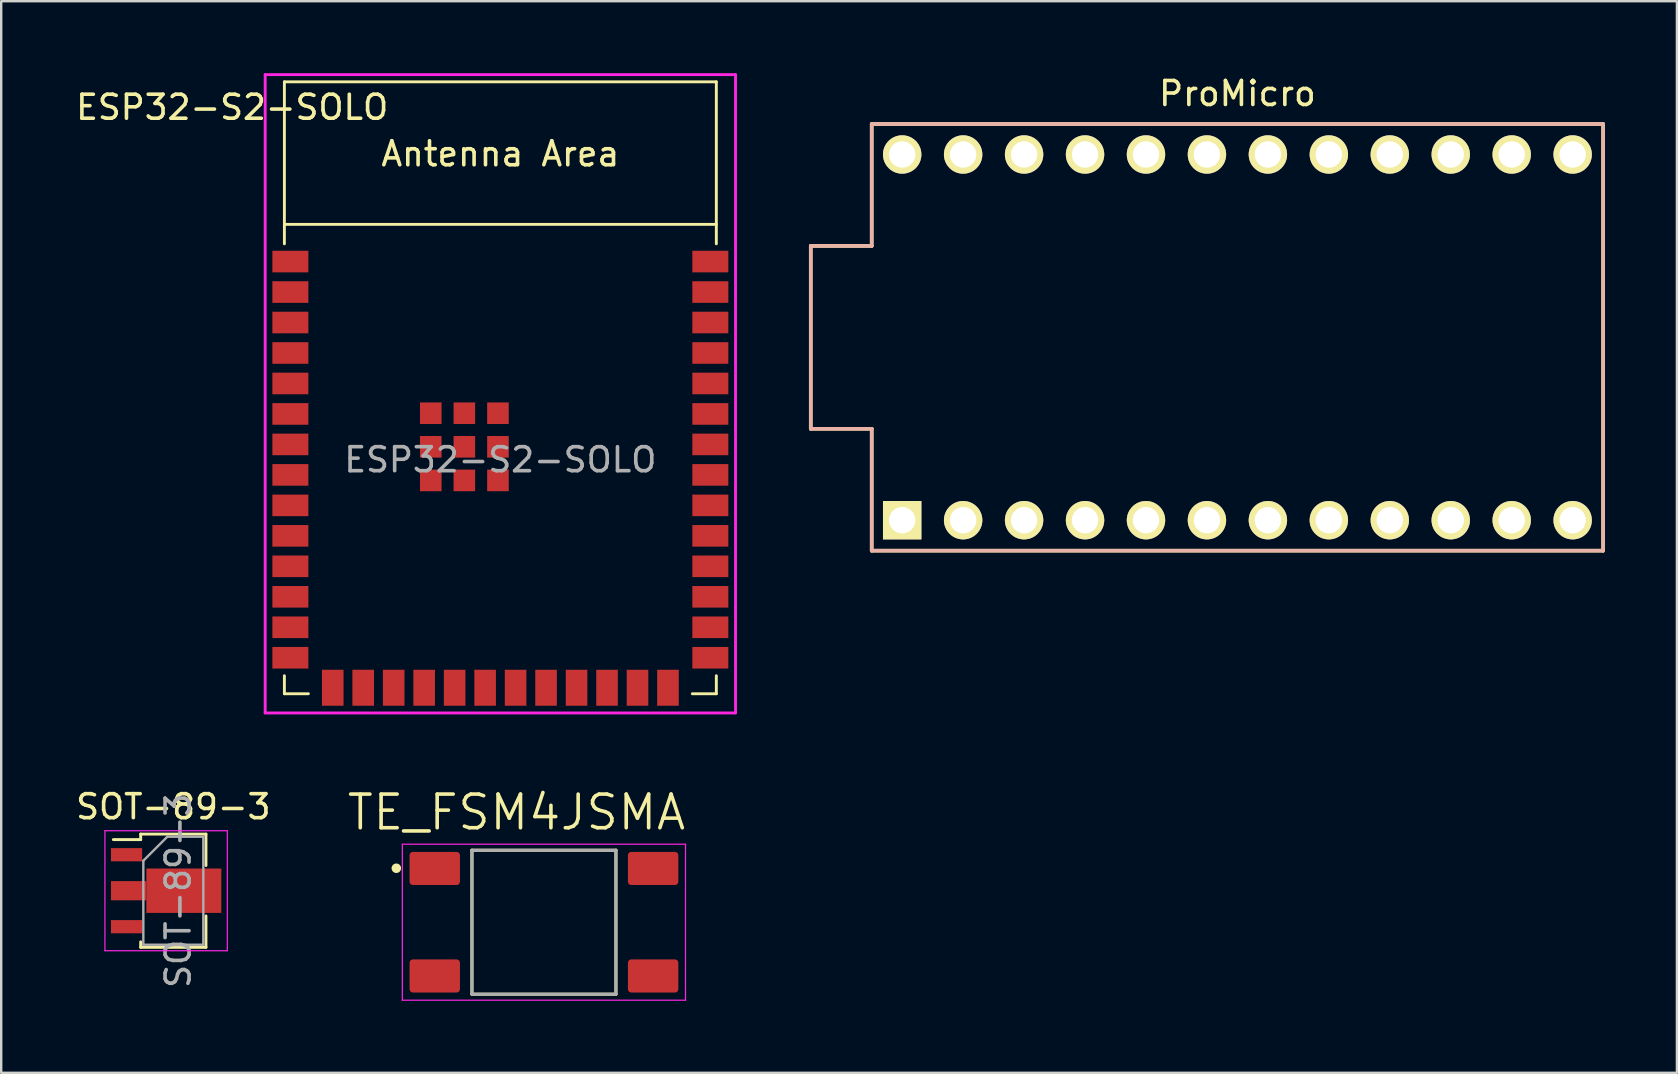
<source format=kicad_pcb>
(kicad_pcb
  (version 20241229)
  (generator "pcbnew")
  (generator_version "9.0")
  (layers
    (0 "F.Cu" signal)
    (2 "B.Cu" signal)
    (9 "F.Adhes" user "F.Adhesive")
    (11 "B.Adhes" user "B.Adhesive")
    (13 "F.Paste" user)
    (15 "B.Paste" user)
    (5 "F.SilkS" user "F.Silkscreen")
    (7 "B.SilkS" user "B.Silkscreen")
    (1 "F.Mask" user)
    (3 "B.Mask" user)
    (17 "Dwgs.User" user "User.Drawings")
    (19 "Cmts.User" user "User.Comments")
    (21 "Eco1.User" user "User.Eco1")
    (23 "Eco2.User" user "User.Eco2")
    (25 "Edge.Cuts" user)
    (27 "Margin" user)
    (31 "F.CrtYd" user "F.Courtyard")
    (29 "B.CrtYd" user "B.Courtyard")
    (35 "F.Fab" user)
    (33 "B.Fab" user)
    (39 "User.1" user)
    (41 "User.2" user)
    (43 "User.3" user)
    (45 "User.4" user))
  (footprint "TE_FSM4JSMA"
    (layer "F.Cu")
    (at 19.617 35.381)
    (property "Reference" "TE_FSM4JSMA" (at -1.144 -4.578 0) (layer "F.SilkS") (effects (font (size 1.402 1.402) (thickness 0.15))))
    (attr smd)
    (fp_line (start -3 -3) (end 3 -3) (stroke (width 0.127) (type solid)) (layer "F.SilkS"))
    (fp_line (start -3 3) (end -3 -3) (stroke (width 0.127) (type solid)) (layer "F.SilkS"))
    (fp_line (start 3 -3) (end 3 3) (stroke (width 0.127) (type solid)) (layer "F.SilkS"))
    (fp_line (start 3 3) (end -3 3) (stroke (width 0.127) (type solid)) (layer "F.SilkS"))
    (fp_circle (center -6.151 -2.249) (end -6.051 -2.249) (stroke (width 0.2) (type solid)) (fill no) (layer "F.SilkS"))
    (fp_line (start -5.9 -3.25) (end -5.9 3.25) (stroke (width 0.05) (type solid)) (layer "F.CrtYd"))
    (fp_line (start -5.9 3.25) (end 5.9 3.25) (stroke (width 0.05) (type solid)) (layer "F.CrtYd"))
    (fp_line (start 5.9 -3.25) (end -5.9 -3.25) (stroke (width 0.05) (type solid)) (layer "F.CrtYd"))
    (fp_line (start 5.9 3.25) (end 5.9 -3.25) (stroke (width 0.05) (type solid)) (layer "F.CrtYd"))
    (fp_line (start -3 -3) (end -3 3) (stroke (width 0.127) (type solid)) (layer "F.Fab"))
    (fp_line (start -3 3) (end 3 3) (stroke (width 0.127) (type solid)) (layer "F.Fab"))
    (fp_line (start 3 -3) (end -3 -3) (stroke (width 0.127) (type solid)) (layer "F.Fab"))
    (fp_line (start 3 3) (end 3 -3) (stroke (width 0.127) (type solid)) (layer "F.Fab"))
    (pad "1" smd roundrect (at -4.55 -2.24 180) (size 2.1 1.38) (layers "F.Cu" "F.Mask" "F.Paste") (roundrect_rratio 0.1))
    (pad "2" smd roundrect (at 4.55 -2.24 180) (size 2.1 1.38) (layers "F.Cu" "F.Mask" "F.Paste") (roundrect_rratio 0.1))
    (pad "3" smd roundrect (at -4.55 2.24 180) (size 2.1 1.38) (layers "F.Cu" "F.Mask" "F.Paste") (roundrect_rratio 0.1))
    (pad "4" smd roundrect (at 4.55 2.24 180) (size 2.1 1.38) (layers "F.Cu" "F.Mask" "F.Paste") (roundrect_rratio 0.1)))
  (footprint "SOT-89-3"
    (layer "F.Cu")
    (at 3.873 34.068)
    (property "Reference" "SOT-89-3" (at 0.3 -3.5 0) (layer "F.SilkS") (effects (font (size 1 1) (thickness 0.15))))
    (attr smd)
    (fp_line (start -2.2 -2.13) (end -1.06 -2.13) (stroke (width 0.12) (type solid)) (layer "F.SilkS"))
    (fp_line (start -1.06 -2.36) (end -1.06 -2.13) (stroke (width 0.12) (type solid)) (layer "F.SilkS"))
    (fp_line (start -1.06 -2.36) (end 1.66 -2.36) (stroke (width 0.12) (type solid)) (layer "F.SilkS"))
    (fp_line (start -1.06 2.36) (end -1.06 2.13) (stroke (width 0.12) (type solid)) (layer "F.SilkS"))
    (fp_line (start 1.66 -2.36) (end 1.66 -1.05) (stroke (width 0.12) (type solid)) (layer "F.SilkS"))
    (fp_line (start 1.66 1.05) (end 1.66 2.36) (stroke (width 0.12) (type solid)) (layer "F.SilkS"))
    (fp_line (start 1.66 2.36) (end -1.06 2.36) (stroke (width 0.12) (type solid)) (layer "F.SilkS"))
    (fp_line (start -2.55 2.5) (end -2.55 -2.5) (stroke (width 0.05) (type solid)) (layer "F.CrtYd"))
    (fp_line (start -2.55 2.5) (end 2.55 2.5) (stroke (width 0.05) (type solid)) (layer "F.CrtYd"))
    (fp_line (start 2.55 -2.5) (end -2.55 -2.5) (stroke (width 0.05) (type solid)) (layer "F.CrtYd"))
    (fp_line (start 2.55 -2.5) (end 2.55 2.5) (stroke (width 0.05) (type solid)) (layer "F.CrtYd"))
    (fp_line (start -0.95 -1.25) (end 0.05 -2.25) (stroke (width 0.1) (type solid)) (layer "F.Fab"))
    (fp_line (start -0.95 2.25) (end -0.95 -1.25) (stroke (width 0.1) (type solid)) (layer "F.Fab"))
    (fp_line (start 0.05 -2.25) (end 1.55 -2.25) (stroke (width 0.1) (type solid)) (layer "F.Fab"))
    (fp_line (start 1.55 -2.25) (end 1.55 2.25) (stroke (width 0.1) (type solid)) (layer "F.Fab"))
    (fp_line (start 1.55 2.25) (end -0.95 2.25) (stroke (width 0.1) (type solid)) (layer "F.Fab"))
    (fp_text user "${REFERENCE}" (at 0.5 0 90) (layer "F.Fab") (effects (font (size 1 1) (thickness 0.15))))
    (pad "1" smd rect (at -1.65 -1.5) (size 1.3 0.55) (layers "F.Cu" "F.Mask" "F.Paste"))
    (pad "2" smd custom (at -1.562 0) (size 1.475 0.8) (layers "F.Cu" "F.Mask" "F.Paste") (options (anchor rect)) (primitives (gr_poly (pts (xy 0.738 -0.925) (xy 3.862 -0.925) (xy 3.862 0.925) (xy 0.738 0.925)) (width 0) (fill yes))))
    (pad "3" smd rect (at -1.65 1.5) (size 1.3 0.55) (layers "F.Cu" "F.Mask" "F.Paste")))
  (footprint "ProMicro"
    (layer "F.Cu")
    (at 48.516 11.008)
    (property "Reference" "ProMicro" (at 0 -10.16 0) (layer "F.SilkS") (effects (font (size 1 1) (thickness 0.15))))
    (attr through_hole)
    (fp_line (start -17.78 -3.81) (end -15.24 -3.81) (stroke (width 0.15) (type solid)) (layer "F.SilkS"))
    (fp_line (start -17.78 3.81) (end -17.78 -3.81) (stroke (width 0.15) (type solid)) (layer "F.SilkS"))
    (fp_line (start -15.24 -8.89) (end 15.24 -8.89) (stroke (width 0.15) (type solid)) (layer "F.SilkS"))
    (fp_line (start -15.24 -3.81) (end -15.24 -8.89) (stroke (width 0.15) (type solid)) (layer "F.SilkS"))
    (fp_line (start -15.24 3.81) (end -17.78 3.81) (stroke (width 0.15) (type solid)) (layer "F.SilkS"))
    (fp_line (start -15.24 8.89) (end -15.24 3.81) (stroke (width 0.15) (type solid)) (layer "F.SilkS"))
    (fp_line (start -15.24 8.89) (end 15.24 8.89) (stroke (width 0.15) (type solid)) (layer "F.SilkS"))
    (fp_line (start 15.24 -8.89) (end 15.24 8.89) (stroke (width 0.15) (type solid)) (layer "F.SilkS"))
    (fp_line (start -17.78 -3.81) (end -15.24 -3.81) (stroke (width 0.15) (type solid)) (layer "B.SilkS"))
    (fp_line (start -17.78 3.81) (end -17.78 -3.81) (stroke (width 0.15) (type solid)) (layer "B.SilkS"))
    (fp_line (start -15.24 -8.89) (end 15.24 -8.89) (stroke (width 0.15) (type solid)) (layer "B.SilkS"))
    (fp_line (start -15.24 -3.81) (end -15.24 -8.89) (stroke (width 0.15) (type solid)) (layer "B.SilkS"))
    (fp_line (start -15.24 3.81) (end -17.78 3.81) (stroke (width 0.15) (type solid)) (layer "B.SilkS"))
    (fp_line (start -15.24 8.89) (end -15.24 3.81) (stroke (width 0.15) (type solid)) (layer "B.SilkS"))
    (fp_line (start 15.24 -8.89) (end 15.24 8.89) (stroke (width 0.15) (type solid)) (layer "B.SilkS"))
    (fp_line (start 15.24 8.89) (end -15.24 8.89) (stroke (width 0.15) (type solid)) (layer "B.SilkS"))
    (pad "1" thru_hole rect (at -13.97 7.62) (size 1.6 1.6) (drill 1.1) (layers "*.Cu" "*.Mask" "F.SilkS"))
    (pad "2" thru_hole circle (at -11.43 7.62) (size 1.6 1.6) (drill 1.1) (layers "*.Cu" "*.Mask" "F.SilkS"))
    (pad "3" thru_hole circle (at -8.89 7.62) (size 1.6 1.6) (drill 1.1) (layers "*.Cu" "*.Mask" "F.SilkS"))
    (pad "4" thru_hole circle (at -6.35 7.62) (size 1.6 1.6) (drill 1.1) (layers "*.Cu" "*.Mask" "F.SilkS"))
    (pad "5" thru_hole circle (at -3.81 7.62) (size 1.6 1.6) (drill 1.1) (layers "*.Cu" "*.Mask" "F.SilkS"))
    (pad "6" thru_hole circle (at -1.27 7.62) (size 1.6 1.6) (drill 1.1) (layers "*.Cu" "*.Mask" "F.SilkS"))
    (pad "7" thru_hole circle (at 1.27 7.62) (size 1.6 1.6) (drill 1.1) (layers "*.Cu" "*.Mask" "F.SilkS"))
    (pad "8" thru_hole circle (at 3.81 7.62) (size 1.6 1.6) (drill 1.1) (layers "*.Cu" "*.Mask" "F.SilkS"))
    (pad "9" thru_hole circle (at 6.35 7.62) (size 1.6 1.6) (drill 1.1) (layers "*.Cu" "*.Mask" "F.SilkS"))
    (pad "10" thru_hole circle (at 8.89 7.62) (size 1.6 1.6) (drill 1.1) (layers "*.Cu" "*.Mask" "F.SilkS"))
    (pad "11" thru_hole circle (at 11.43 7.62) (size 1.6 1.6) (drill 1.1) (layers "*.Cu" "*.Mask" "F.SilkS"))
    (pad "12" thru_hole circle (at 13.97 7.62) (size 1.6 1.6) (drill 1.1) (layers "*.Cu" "*.Mask" "F.SilkS"))
    (pad "13" thru_hole circle (at 13.97 -7.62) (size 1.6 1.6) (drill 1.1) (layers "*.Cu" "*.Mask" "F.SilkS"))
    (pad "14" thru_hole circle (at 11.43 -7.62) (size 1.6 1.6) (drill 1.1) (layers "*.Cu" "*.Mask" "F.SilkS"))
    (pad "15" thru_hole circle (at 8.89 -7.62) (size 1.6 1.6) (drill 1.1) (layers "*.Cu" "*.Mask" "F.SilkS"))
    (pad "16" thru_hole circle (at 6.35 -7.62) (size 1.6 1.6) (drill 1.1) (layers "*.Cu" "*.Mask" "F.SilkS"))
    (pad "17" thru_hole circle (at 3.81 -7.62) (size 1.6 1.6) (drill 1.1) (layers "*.Cu" "*.Mask" "F.SilkS"))
    (pad "18" thru_hole circle (at 1.27 -7.62) (size 1.6 1.6) (drill 1.1) (layers "*.Cu" "*.Mask" "F.SilkS"))
    (pad "19" thru_hole circle (at -1.27 -7.62) (size 1.6 1.6) (drill 1.1) (layers "*.Cu" "*.Mask" "F.SilkS"))
    (pad "20" thru_hole circle (at -3.81 -7.62) (size 1.6 1.6) (drill 1.1) (layers "*.Cu" "*.Mask" "F.SilkS"))
    (pad "21" thru_hole circle (at -6.35 -7.62) (size 1.6 1.6) (drill 1.1) (layers "*.Cu" "*.Mask" "F.SilkS"))
    (pad "22" thru_hole circle (at -8.89 -7.62) (size 1.6 1.6) (drill 1.1) (layers "*.Cu" "*.Mask" "F.SilkS"))
    (pad "23" thru_hole circle (at -11.43 -7.62) (size 1.6 1.6) (drill 1.1) (layers "*.Cu" "*.Mask" "F.SilkS"))
    (pad "24" thru_hole circle (at -13.97 -7.62) (size 1.6 1.6) (drill 1.1) (layers "*.Cu" "*.Mask" "F.SilkS")))
  (footprint "ESP32-S2-SOLO"
    (layer "F.Cu")
    (at 17.801 16.11)
    (property "Reference" "ESP32-S2-SOLO" (at -11.176 -14.688 0) (layer "F.SilkS") (effects (font (size 1 1) (thickness 0.15))))
    (attr smd)
    (fp_line (start -9 -15.75) (end -9 -9) (stroke (width 0.12) (type solid)) (layer "F.SilkS"))
    (fp_line (start -9 -15.75) (end 9 -15.75) (stroke (width 0.12) (type solid)) (layer "F.SilkS"))
    (fp_line (start -9 9) (end -9 9.75) (stroke (width 0.12) (type solid)) (layer "F.SilkS"))
    (fp_line (start -9 9.75) (end -8 9.75) (stroke (width 0.12) (type solid)) (layer "F.SilkS"))
    (fp_line (start 9 -15.75) (end 9 -9) (stroke (width 0.12) (type solid)) (layer "F.SilkS"))
    (fp_line (start 9 -9.81) (end -9 -9.81) (stroke (width 0.12) (type solid)) (layer "F.SilkS"))
    (fp_line (start 9 9) (end 9 9.75) (stroke (width 0.12) (type solid)) (layer "F.SilkS"))
    (fp_line (start 9 9.75) (end 8 9.75) (stroke (width 0.12) (type solid)) (layer "F.SilkS"))
    (fp_line (start -9 -15.75) (end 9 -15.75) (stroke (width 0.12) (type solid)) (layer "Eco2.User"))
    (fp_line (start -9 -9.81) (end 9 -9.81) (stroke (width 0.12) (type solid)) (layer "Eco2.User"))
    (fp_line (start -9 9.75) (end -9 -15.75) (stroke (width 0.12) (type solid)) (layer "Eco2.User"))
    (fp_line (start 9 -15.75) (end 9 9.75) (stroke (width 0.12) (type solid)) (layer "Eco2.User"))
    (fp_line (start 9 9.75) (end -9 9.75) (stroke (width 0.12) (type solid)) (layer "Eco2.User"))
    (fp_line (start -9.8 -16.05) (end -9.8 10.55) (stroke (width 0.12) (type solid)) (layer "F.CrtYd"))
    (fp_line (start -9.8 10.55) (end 9.8 10.55) (stroke (width 0.12) (type solid)) (layer "F.CrtYd"))
    (fp_line (start 9.8 -16.05) (end -9.8 -16.05) (stroke (width 0.12) (type solid)) (layer "F.CrtYd"))
    (fp_line (start 9.8 -16.05) (end 9.8 10.55) (stroke (width 0.12) (type solid)) (layer "F.CrtYd"))
    (fp_text user "Antenna Area" (at 0 -12.75 0) (layer "F.SilkS") (effects (font (size 1 1) (thickness 0.15))))
    (fp_text user "Antenna Area" (at 0 -12.75 0) (layer "Eco2.User") (effects (font (size 1 1) (thickness 0.15))))
    (fp_text user "${REFERENCE}" (at 0 0 0) (layer "F.Fab") (effects (font (size 1 1) (thickness 0.15))))
    (pad "1" smd rect (at -8.75 -8.26) (size 1.5 0.9) (layers "F.Cu" "F.Mask" "F.Paste"))
    (pad "2" smd rect (at -8.75 -6.99) (size 1.5 0.9) (layers "F.Cu" "F.Mask" "F.Paste"))
    (pad "3" smd rect (at -8.75 -5.72) (size 1.5 0.9) (layers "F.Cu" "F.Mask" "F.Paste"))
    (pad "4" smd rect (at -8.75 -4.45) (size 1.5 0.9) (layers "F.Cu" "F.Mask" "F.Paste"))
    (pad "5" smd rect (at -8.75 -3.18) (size 1.5 0.9) (layers "F.Cu" "F.Mask" "F.Paste"))
    (pad "6" smd rect (at -8.75 -1.91) (size 1.5 0.9) (layers "F.Cu" "F.Mask" "F.Paste"))
    (pad "7" smd rect (at -8.75 -0.64) (size 1.5 0.9) (layers "F.Cu" "F.Mask" "F.Paste"))
    (pad "8" smd rect (at -8.75 0.63) (size 1.5 0.9) (layers "F.Cu" "F.Mask" "F.Paste"))
    (pad "9" smd rect (at -8.75 1.9) (size 1.5 0.9) (layers "F.Cu" "F.Mask" "F.Paste"))
    (pad "10" smd rect (at -8.75 3.17) (size 1.5 0.9) (layers "F.Cu" "F.Mask" "F.Paste"))
    (pad "11" smd rect (at -8.75 4.44) (size 1.5 0.9) (layers "F.Cu" "F.Mask" "F.Paste"))
    (pad "12" smd rect (at -8.75 5.71) (size 1.5 0.9) (layers "F.Cu" "F.Mask" "F.Paste"))
    (pad "13" smd rect (at -8.75 6.98) (size 1.5 0.9) (layers "F.Cu" "F.Mask" "F.Paste"))
    (pad "14" smd rect (at -8.75 8.25) (size 1.5 0.9) (layers "F.Cu" "F.Mask" "F.Paste"))
    (pad "15" smd rect (at -6.985 9.5 90) (size 1.5 0.9) (layers "F.Cu" "F.Mask" "F.Paste"))
    (pad "16" smd rect (at -5.715 9.5 90) (size 1.5 0.9) (layers "F.Cu" "F.Mask" "F.Paste"))
    (pad "17" smd rect (at -4.445 9.5 90) (size 1.5 0.9) (layers "F.Cu" "F.Mask" "F.Paste"))
    (pad "18" smd rect (at -3.175 9.5 90) (size 1.5 0.9) (layers "F.Cu" "F.Mask" "F.Paste"))
    (pad "19" smd rect (at -1.905 9.5 90) (size 1.5 0.9) (layers "F.Cu" "F.Mask" "F.Paste"))
    (pad "20" smd rect (at -0.635 9.5 90) (size 1.5 0.9) (layers "F.Cu" "F.Mask" "F.Paste"))
    (pad "21" smd rect (at 0.635 9.5 90) (size 1.5 0.9) (layers "F.Cu" "F.Mask" "F.Paste"))
    (pad "22" smd rect (at 1.905 9.5 90) (size 1.5 0.9) (layers "F.Cu" "F.Mask" "F.Paste"))
    (pad "23" smd rect (at 3.175 9.5 90) (size 1.5 0.9) (layers "F.Cu" "F.Mask" "F.Paste"))
    (pad "24" smd rect (at 4.445 9.5 90) (size 1.5 0.9) (layers "F.Cu" "F.Mask" "F.Paste"))
    (pad "25" smd rect (at 5.715 9.5 90) (size 1.5 0.9) (layers "F.Cu" "F.Mask" "F.Paste"))
    (pad "26" smd rect (at 6.985 9.5 90) (size 1.5 0.9) (layers "F.Cu" "F.Mask" "F.Paste"))
    (pad "27" smd rect (at 8.75 8.25 180) (size 1.5 0.9) (layers "F.Cu" "F.Mask" "F.Paste"))
    (pad "28" smd rect (at 8.75 6.98 180) (size 1.5 0.9) (layers "F.Cu" "F.Mask" "F.Paste"))
    (pad "29" smd rect (at 8.75 5.71 180) (size 1.5 0.9) (layers "F.Cu" "F.Mask" "F.Paste"))
    (pad "30" smd rect (at 8.75 4.44 180) (size 1.5 0.9) (layers "F.Cu" "F.Mask" "F.Paste"))
    (pad "31" smd rect (at 8.75 3.17 180) (size 1.5 0.9) (layers "F.Cu" "F.Mask" "F.Paste"))
    (pad "32" smd rect (at 8.75 1.9 180) (size 1.5 0.9) (layers "F.Cu" "F.Mask" "F.Paste"))
    (pad "33" smd rect (at 8.75 0.63 180) (size 1.5 0.9) (layers "F.Cu" "F.Mask" "F.Paste"))
    (pad "34" smd rect (at 8.75 -0.64 180) (size 1.5 0.9) (layers "F.Cu" "F.Mask" "F.Paste"))
    (pad "35" smd rect (at 8.75 -1.91 180) (size 1.5 0.9) (layers "F.Cu" "F.Mask" "F.Paste"))
    (pad "36" smd rect (at 8.75 -3.18 180) (size 1.5 0.9) (layers "F.Cu" "F.Mask" "F.Paste"))
    (pad "37" smd rect (at 8.75 -4.45 180) (size 1.5 0.9) (layers "F.Cu" "F.Mask" "F.Paste"))
    (pad "38" smd rect (at 8.75 -5.72 180) (size 1.5 0.9) (layers "F.Cu" "F.Mask" "F.Paste"))
    (pad "39" smd rect (at 8.75 -6.99 180) (size 1.5 0.9) (layers "F.Cu" "F.Mask" "F.Paste"))
    (pad "40" smd rect (at 8.75 -8.26 180) (size 1.5 0.9) (layers "F.Cu" "F.Mask" "F.Paste"))
    (pad "41" smd rect (at -2.9 -1.94 180) (size 0.9 0.9) (layers "F.Cu" "F.Mask" "F.Paste"))
    (pad "41" smd rect (at -2.9 -0.54 180) (size 0.9 0.9) (layers "F.Cu" "F.Mask" "F.Paste"))
    (pad "41" smd rect (at -2.9 0.86 180) (size 0.9 0.9) (layers "F.Cu" "F.Mask" "F.Paste"))
    (pad "41" smd rect (at -1.5 -1.94 180) (size 0.9 0.9) (layers "F.Cu" "F.Mask" "F.Paste"))
    (pad "41" smd rect (at -1.5 -0.54 180) (size 0.9 0.9) (layers "F.Cu" "F.Mask" "F.Paste"))
    (pad "41" smd rect (at -1.5 0.86 180) (size 0.9 0.9) (layers "F.Cu" "F.Mask" "F.Paste"))
    (pad "41" smd rect (at -0.1 -1.94 180) (size 0.9 0.9) (layers "F.Cu" "F.Mask" "F.Paste"))
    (pad "41" smd rect (at -0.1 -0.54 180) (size 0.9 0.9) (layers "F.Cu" "F.Mask" "F.Paste"))
    (pad "41" smd rect (at -0.1 0.86 180) (size 0.9 0.9) (layers "F.Cu" "F.Mask" "F.Paste")))
  (gr_rect
    (start -3 -3)
    (end 66.831 41.656)
    (stroke (width 0.1) (type default))
    (fill no)
    (layer "Edge.Cuts")))
</source>
